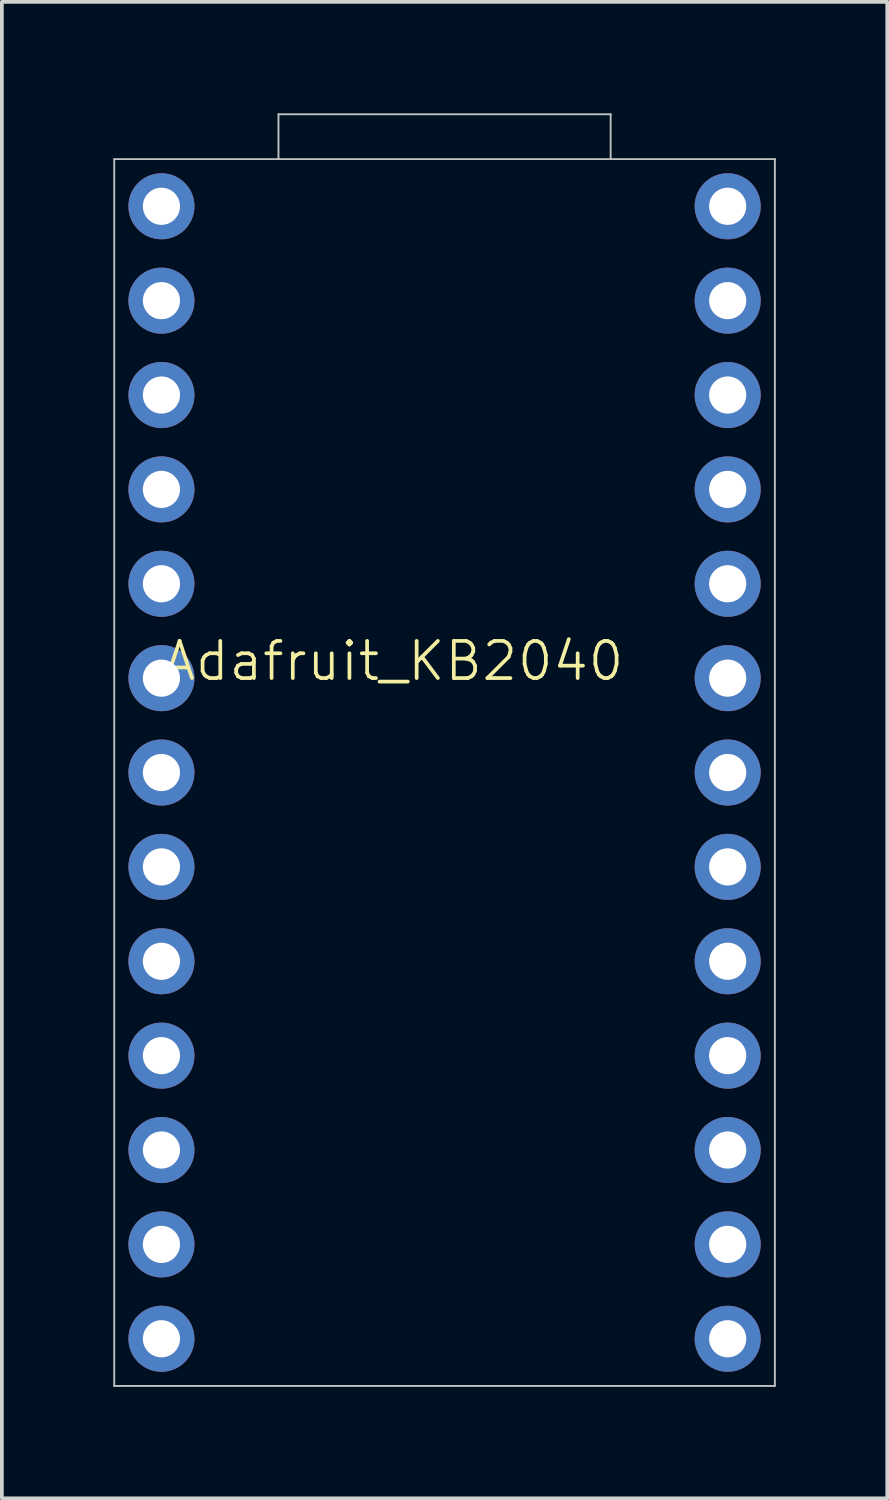
<source format=kicad_pcb>
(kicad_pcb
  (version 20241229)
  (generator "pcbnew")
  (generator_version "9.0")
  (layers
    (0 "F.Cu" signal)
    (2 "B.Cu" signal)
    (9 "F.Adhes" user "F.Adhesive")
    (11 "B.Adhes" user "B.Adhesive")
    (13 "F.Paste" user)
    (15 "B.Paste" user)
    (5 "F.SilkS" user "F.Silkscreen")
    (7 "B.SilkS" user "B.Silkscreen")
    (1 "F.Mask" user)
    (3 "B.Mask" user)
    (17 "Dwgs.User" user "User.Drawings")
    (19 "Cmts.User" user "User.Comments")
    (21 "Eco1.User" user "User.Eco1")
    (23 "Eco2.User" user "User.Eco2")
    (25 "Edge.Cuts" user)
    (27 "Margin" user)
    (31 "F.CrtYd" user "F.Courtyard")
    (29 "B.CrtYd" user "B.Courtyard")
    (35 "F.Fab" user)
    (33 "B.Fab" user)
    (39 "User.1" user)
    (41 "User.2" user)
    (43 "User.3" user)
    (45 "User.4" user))
  (footprint "Adafruit_KB2040"
    (layer "F.Cu")
    (at 8.905 17.732)
    (property "Reference" "Adafruit_KB2040" (at -1.36 -2.99 0) (unlocked yes) (layer "F.SilkS") (effects (font (size 1 1) (thickness 0.1))))
    (attr through_hole)
    (fp_line (start -8.88 -16.5) (end -8.88 16.52) (stroke (width 0.05) (type solid)) (layer "Dwgs.User"))
    (fp_line (start -8.88 16.52) (end 8.9 16.52) (stroke (width 0.05) (type solid)) (layer "Dwgs.User"))
    (fp_line (start -4.46 -17.706) (end -4.46 -16.5) (stroke (width 0.05) (type default)) (layer "Dwgs.User"))
    (fp_line (start -4.46 -16.5) (end -8.88 -16.5) (stroke (width 0.05) (type default)) (layer "Dwgs.User"))
    (fp_line (start -4.46 -16.5) (end 4.48 -16.5) (stroke (width 0.05) (type default)) (layer "Dwgs.User"))
    (fp_line (start 4.48 -17.706) (end -4.46 -17.706) (stroke (width 0.05) (type default)) (layer "Dwgs.User"))
    (fp_line (start 4.48 -17.706) (end 4.48 -16.5) (stroke (width 0.05) (type default)) (layer "Dwgs.User"))
    (fp_line (start 8.9 -16.5) (end 4.48 -16.5) (stroke (width 0.05) (type default)) (layer "Dwgs.User"))
    (fp_line (start 8.9 16.52) (end 8.9 -16.5) (stroke (width 0.05) (type solid)) (layer "Dwgs.User"))
    (pad "1" thru_hole circle (at -7.61 -15.23) (size 1.778 1.778) (drill 1) (layers "*.Cu" "*.Mask"))
    (pad "2" thru_hole circle (at -7.61 -12.69) (size 1.778 1.778) (drill 1) (layers "*.Cu" "*.Mask"))
    (pad "3" thru_hole circle (at -7.61 -10.15) (size 1.778 1.778) (drill 1) (layers "*.Cu" "*.Mask"))
    (pad "4" thru_hole circle (at -7.61 -7.61) (size 1.778 1.778) (drill 1) (layers "*.Cu" "*.Mask"))
    (pad "5" thru_hole circle (at -7.61 -5.07) (size 1.778 1.778) (drill 1) (layers "*.Cu" "*.Mask"))
    (pad "6" thru_hole circle (at -7.61 -2.53) (size 1.778 1.778) (drill 1) (layers "*.Cu" "*.Mask"))
    (pad "7" thru_hole circle (at -7.61 0.01) (size 1.778 1.778) (drill 1) (layers "*.Cu" "*.Mask"))
    (pad "8" thru_hole circle (at -7.61 2.55) (size 1.778 1.778) (drill 1) (layers "*.Cu" "*.Mask"))
    (pad "9" thru_hole circle (at -7.61 5.09) (size 1.778 1.778) (drill 1) (layers "*.Cu" "*.Mask"))
    (pad "10" thru_hole circle (at -7.61 7.63) (size 1.778 1.778) (drill 1) (layers "*.Cu" "*.Mask"))
    (pad "11" thru_hole circle (at -7.61 10.17) (size 1.778 1.778) (drill 1) (layers "*.Cu" "*.Mask"))
    (pad "12" thru_hole circle (at -7.61 12.71) (size 1.778 1.778) (drill 1) (layers "*.Cu" "*.Mask"))
    (pad "13" thru_hole circle (at -7.61 15.25) (size 1.778 1.778) (drill 1) (layers "*.Cu" "*.Mask"))
    (pad "14" thru_hole circle (at 7.63 -15.23 180) (size 1.778 1.778) (drill 1) (layers "*.Cu" "*.Mask"))
    (pad "15" thru_hole circle (at 7.63 -12.69 180) (size 1.778 1.778) (drill 1) (layers "*.Cu" "*.Mask"))
    (pad "16" thru_hole circle (at 7.63 -10.15 180) (size 1.778 1.778) (drill 1) (layers "*.Cu" "*.Mask"))
    (pad "17" thru_hole circle (at 7.63 -7.61 180) (size 1.778 1.778) (drill 1) (layers "*.Cu" "*.Mask"))
    (pad "18" thru_hole circle (at 7.63 -5.07 180) (size 1.778 1.778) (drill 1) (layers "*.Cu" "*.Mask"))
    (pad "19" thru_hole circle (at 7.63 -2.53 180) (size 1.778 1.778) (drill 1) (layers "*.Cu" "*.Mask"))
    (pad "20" thru_hole circle (at 7.63 0.01 180) (size 1.778 1.778) (drill 1) (layers "*.Cu" "*.Mask"))
    (pad "21" thru_hole circle (at 7.63 2.55 180) (size 1.778 1.778) (drill 1) (layers "*.Cu" "*.Mask"))
    (pad "22" thru_hole circle (at 7.63 5.09 180) (size 1.778 1.778) (drill 1) (layers "*.Cu" "*.Mask"))
    (pad "23" thru_hole circle (at 7.63 7.63 180) (size 1.778 1.778) (drill 1) (layers "*.Cu" "*.Mask"))
    (pad "24" thru_hole circle (at 7.63 10.17 180) (size 1.778 1.778) (drill 1) (layers "*.Cu" "*.Mask"))
    (pad "25" thru_hole circle (at 7.63 12.71 180) (size 1.778 1.778) (drill 1) (layers "*.Cu" "*.Mask"))
    (pad "26" thru_hole circle (at 7.63 15.25 180) (size 1.778 1.778) (drill 1) (layers "*.Cu" "*.Mask")))
  (gr_rect
    (start -3 -3)
    (end 20.83 37.276)
    (stroke (width 0.1) (type default))
    (fill no)
    (layer "Edge.Cuts")))
</source>
